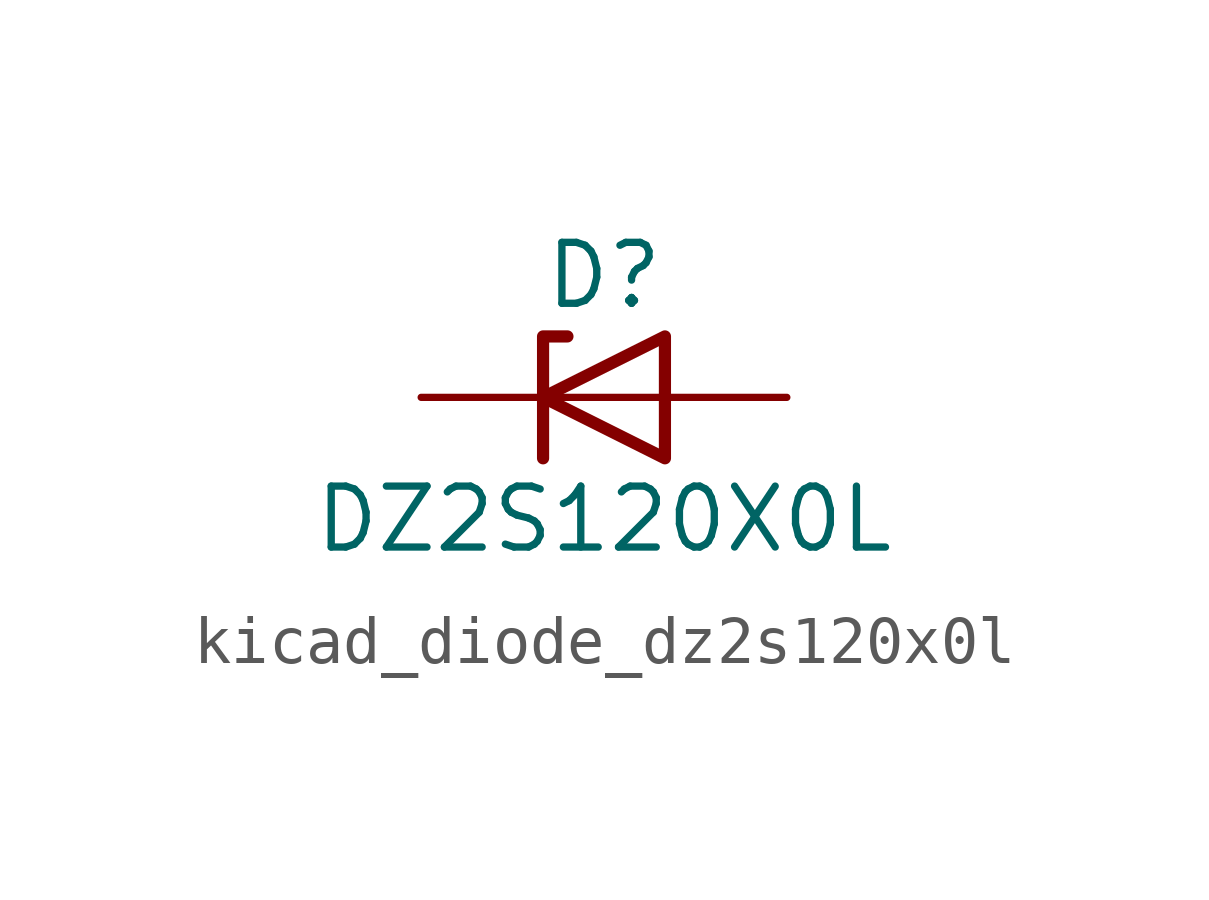
<source format=kicad_sym>
(kicad_symbol_lib
  (version 20220914)
  (generator kicad_symbol_editor)
  (symbol "kicad_diode_dz2s120x0l"
    (pin_numbers hide)
    (pin_names hide)
    (property "Reference" "D"
      (at 0 2.54 0)
      (effects (font (size 1.27 1.27))))
    (property "Value" "DZ2S120X0L"
      (at 0 -2.54 0)
      (effects (font (size 1.27 1.27))))
    (symbol "kicad_diode_dz2s120x0l_0_1"
      (polyline (pts (xy 1.27 0) (xy -1.27 0)) (stroke (width 0) (type default)) (fill (type none)))
      (polyline (pts (xy -1.27 -1.27) (xy -1.27 1.27) (xy -0.762 1.27)) (stroke (width 0.254) (type default)) (fill (type none)))
      (polyline (pts (xy 1.27 -1.27) (xy 1.27 1.27) (xy -1.27 0) (xy 1.27 -1.27)) (stroke (width 0.254) (type default)) (fill (type none))))
    (symbol "kicad_diode_dz2s120x0l_1_1"
      (pin passive line (at -3.81 0 0) (length 2.54) (name "K" (effects (font (size 1.27 1.27)))) (number "1" (effects (font (size 1.27 1.27)))))
      (pin passive line (at 3.81 0 180) (length 2.54) (name "A" (effects (font (size 1.27 1.27)))) (number "2" (effects (font (size 1.27 1.27))))))))
</source>
